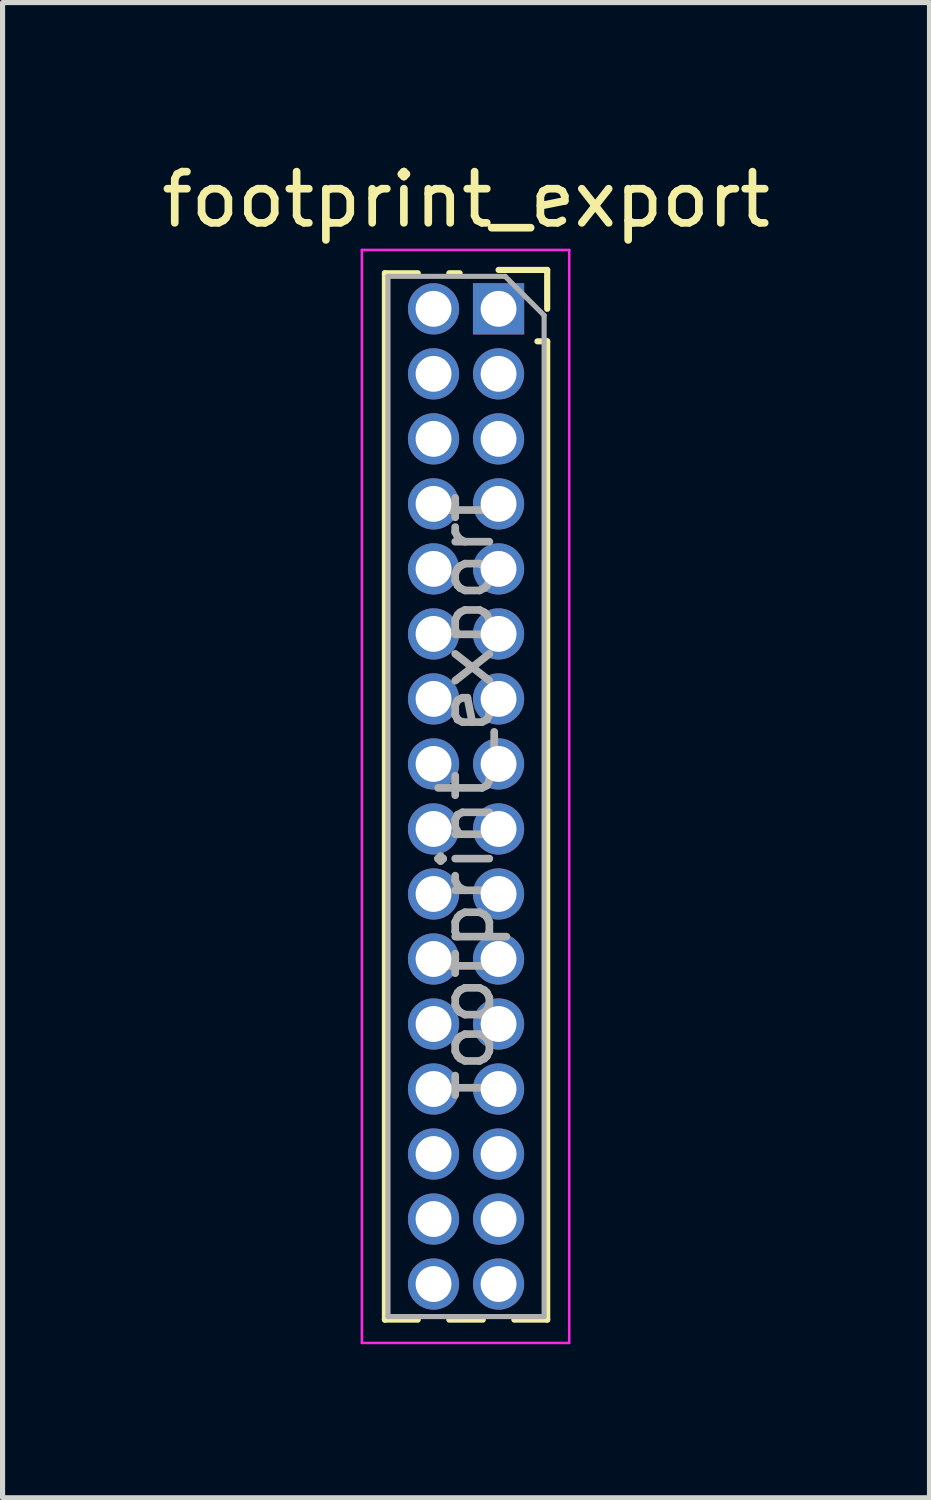
<source format=kicad_pcb>
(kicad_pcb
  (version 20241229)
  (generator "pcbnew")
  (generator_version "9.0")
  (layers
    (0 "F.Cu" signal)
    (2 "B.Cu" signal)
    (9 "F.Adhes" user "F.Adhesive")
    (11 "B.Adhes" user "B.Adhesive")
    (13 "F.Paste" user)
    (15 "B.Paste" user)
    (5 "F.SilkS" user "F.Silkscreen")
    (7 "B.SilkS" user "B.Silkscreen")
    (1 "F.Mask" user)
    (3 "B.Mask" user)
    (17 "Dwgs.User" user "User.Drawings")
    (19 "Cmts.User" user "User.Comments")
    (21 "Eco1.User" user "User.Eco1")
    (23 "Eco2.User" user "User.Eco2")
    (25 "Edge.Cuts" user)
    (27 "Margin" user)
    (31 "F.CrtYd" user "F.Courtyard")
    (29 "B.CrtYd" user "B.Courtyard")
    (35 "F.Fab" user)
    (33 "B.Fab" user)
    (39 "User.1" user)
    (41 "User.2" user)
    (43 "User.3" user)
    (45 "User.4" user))
  (footprint "footprint_export"
    (layer "F.Cu")
    (at 6.689 2.983)
    (property "Reference" "footprint_export" (at -0.635 -2.135 0) (layer "F.SilkS") (effects (font (size 1 1) (thickness 0.15))))
    (attr through_hole)
    (fp_line (start -2.22 -0.695) (end -2.22 19.745) (stroke (width 0.12) (type solid)) (layer "F.SilkS"))
    (fp_line (start -2.22 -0.695) (end -1.578 -0.695) (stroke (width 0.12) (type solid)) (layer "F.SilkS"))
    (fp_line (start -2.22 19.745) (end -1.578 19.745) (stroke (width 0.12) (type solid)) (layer "F.SilkS"))
    (fp_line (start -0.962 -0.695) (end -0.76 -0.695) (stroke (width 0.12) (type solid)) (layer "F.SilkS"))
    (fp_line (start -0.962 19.745) (end -0.308 19.745) (stroke (width 0.12) (type solid)) (layer "F.SilkS"))
    (fp_line (start 0 -0.76) (end 0.95 -0.76) (stroke (width 0.12) (type solid)) (layer "F.SilkS"))
    (fp_line (start 0.308 19.745) (end 0.95 19.745) (stroke (width 0.12) (type solid)) (layer "F.SilkS"))
    (fp_line (start 0.76 0.635) (end 0.95 0.635) (stroke (width 0.12) (type solid)) (layer "F.SilkS"))
    (fp_line (start 0.95 -0.76) (end 0.95 0) (stroke (width 0.12) (type solid)) (layer "F.SilkS"))
    (fp_line (start 0.95 0.635) (end 0.95 19.745) (stroke (width 0.12) (type solid)) (layer "F.SilkS"))
    (fp_line (start -2.67 -1.15) (end 1.38 -1.15) (stroke (width 0.05) (type solid)) (layer "F.CrtYd"))
    (fp_line (start -2.67 20.2) (end -2.67 -1.15) (stroke (width 0.05) (type solid)) (layer "F.CrtYd"))
    (fp_line (start 1.38 -1.15) (end 1.38 20.2) (stroke (width 0.05) (type solid)) (layer "F.CrtYd"))
    (fp_line (start 1.38 20.2) (end -2.67 20.2) (stroke (width 0.05) (type solid)) (layer "F.CrtYd"))
    (fp_line (start -2.16 -0.635) (end 0.128 -0.635) (stroke (width 0.1) (type solid)) (layer "F.Fab"))
    (fp_line (start -2.16 19.685) (end -2.16 -0.635) (stroke (width 0.1) (type solid)) (layer "F.Fab"))
    (fp_line (start 0.128 -0.635) (end 0.89 0.128) (stroke (width 0.1) (type solid)) (layer "F.Fab"))
    (fp_line (start 0.89 0.128) (end 0.89 19.685) (stroke (width 0.1) (type solid)) (layer "F.Fab"))
    (fp_line (start 0.89 19.685) (end -2.16 19.685) (stroke (width 0.1) (type solid)) (layer "F.Fab"))
    (fp_text user "${REFERENCE}" (at -0.635 9.525 90) (layer "F.Fab") (effects (font (size 1 1) (thickness 0.15))))
    (pad "1" thru_hole rect (at 0 0) (size 1 1) (drill 0.7) (layers "*.Cu" "*.Mask"))
    (pad "2" thru_hole oval (at -1.27 0) (size 1 1) (drill 0.7) (layers "*.Cu" "*.Mask"))
    (pad "3" thru_hole oval (at 0 1.27) (size 1 1) (drill 0.7) (layers "*.Cu" "*.Mask"))
    (pad "4" thru_hole oval (at -1.27 1.27) (size 1 1) (drill 0.7) (layers "*.Cu" "*.Mask"))
    (pad "5" thru_hole oval (at 0 2.54) (size 1 1) (drill 0.7) (layers "*.Cu" "*.Mask"))
    (pad "6" thru_hole oval (at -1.27 2.54) (size 1 1) (drill 0.7) (layers "*.Cu" "*.Mask"))
    (pad "7" thru_hole oval (at 0 3.81) (size 1 1) (drill 0.7) (layers "*.Cu" "*.Mask"))
    (pad "8" thru_hole oval (at -1.27 3.81) (size 1 1) (drill 0.7) (layers "*.Cu" "*.Mask"))
    (pad "9" thru_hole oval (at 0 5.08) (size 1 1) (drill 0.7) (layers "*.Cu" "*.Mask"))
    (pad "10" thru_hole oval (at -1.27 5.08) (size 1 1) (drill 0.7) (layers "*.Cu" "*.Mask"))
    (pad "11" thru_hole oval (at 0 6.35) (size 1 1) (drill 0.7) (layers "*.Cu" "*.Mask"))
    (pad "12" thru_hole oval (at -1.27 6.35) (size 1 1) (drill 0.7) (layers "*.Cu" "*.Mask"))
    (pad "13" thru_hole oval (at 0 7.62) (size 1 1) (drill 0.7) (layers "*.Cu" "*.Mask"))
    (pad "14" thru_hole oval (at -1.27 7.62) (size 1 1) (drill 0.7) (layers "*.Cu" "*.Mask"))
    (pad "15" thru_hole oval (at 0 8.89) (size 1 1) (drill 0.7) (layers "*.Cu" "*.Mask"))
    (pad "16" thru_hole oval (at -1.27 8.89) (size 1 1) (drill 0.7) (layers "*.Cu" "*.Mask"))
    (pad "17" thru_hole oval (at 0 10.16) (size 1 1) (drill 0.7) (layers "*.Cu" "*.Mask"))
    (pad "18" thru_hole oval (at -1.27 10.16) (size 1 1) (drill 0.7) (layers "*.Cu" "*.Mask"))
    (pad "19" thru_hole oval (at 0 11.43) (size 1 1) (drill 0.7) (layers "*.Cu" "*.Mask"))
    (pad "20" thru_hole oval (at -1.27 11.43) (size 1 1) (drill 0.7) (layers "*.Cu" "*.Mask"))
    (pad "21" thru_hole oval (at 0 12.7) (size 1 1) (drill 0.7) (layers "*.Cu" "*.Mask"))
    (pad "22" thru_hole oval (at -1.27 12.7) (size 1 1) (drill 0.7) (layers "*.Cu" "*.Mask"))
    (pad "23" thru_hole oval (at 0 13.97) (size 1 1) (drill 0.7) (layers "*.Cu" "*.Mask"))
    (pad "24" thru_hole oval (at -1.27 13.97) (size 1 1) (drill 0.7) (layers "*.Cu" "*.Mask"))
    (pad "25" thru_hole oval (at 0 15.24) (size 1 1) (drill 0.7) (layers "*.Cu" "*.Mask"))
    (pad "26" thru_hole oval (at -1.27 15.24) (size 1 1) (drill 0.7) (layers "*.Cu" "*.Mask"))
    (pad "27" thru_hole oval (at 0 16.51) (size 1 1) (drill 0.7) (layers "*.Cu" "*.Mask"))
    (pad "28" thru_hole oval (at -1.27 16.51) (size 1 1) (drill 0.7) (layers "*.Cu" "*.Mask"))
    (pad "29" thru_hole oval (at 0 17.78) (size 1 1) (drill 0.7) (layers "*.Cu" "*.Mask"))
    (pad "30" thru_hole oval (at -1.27 17.78) (size 1 1) (drill 0.7) (layers "*.Cu" "*.Mask"))
    (pad "31" thru_hole oval (at 0 19.05) (size 1 1) (drill 0.7) (layers "*.Cu" "*.Mask"))
    (pad "32" thru_hole oval (at -1.27 19.05) (size 1 1) (drill 0.7) (layers "*.Cu" "*.Mask")))
  (gr_rect
    (start -3 -3)
    (end 15.107 26.208)
    (stroke (width 0.1) (type default))
    (fill no)
    (layer "Edge.Cuts")))
</source>
